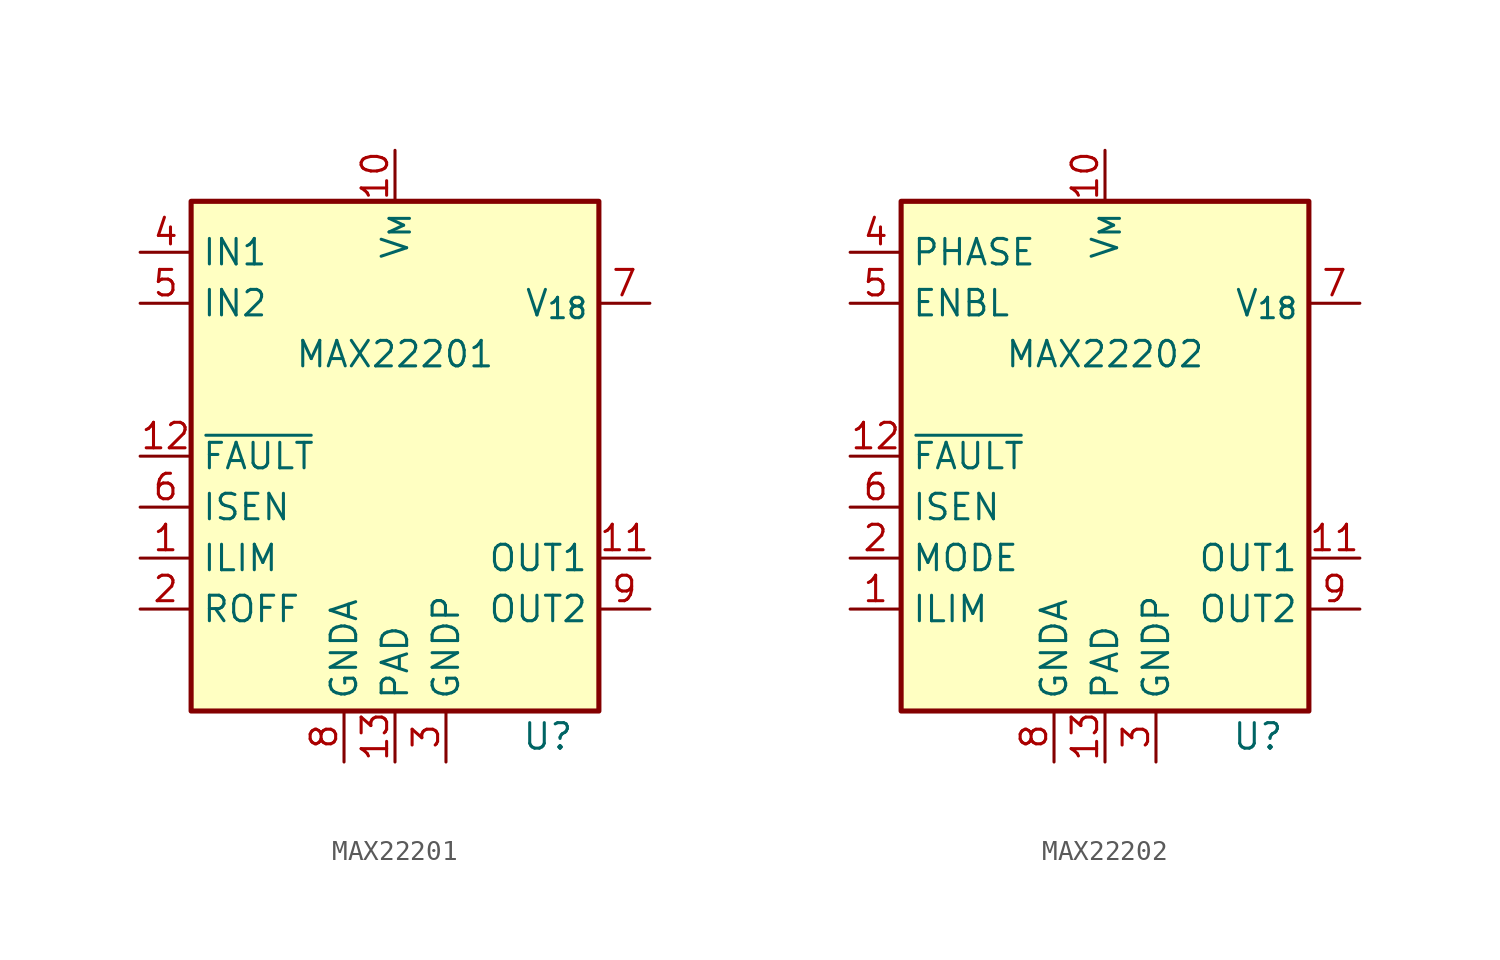
<source format=kicad_sym>
(kicad_symbol_lib
  (version 20220914)
  (generator kicad_symbol_editor)
  (symbol "MAX22201"
    (property "Reference" "U"
      (at 7.62 -13.97 0)
      (effects (font (size 1.27 1.27))))
    (property "Value" "MAX22201"
      (at 0 5.08 0)
      (effects (font (size 1.27 1.27))))
    (symbol "MAX22201_0_1"
      (rectangle (start -10.16 12.7) (end 10.16 -12.7) (stroke (width 0.254) (type default)) (fill (type background))))
    (symbol "MAX22201_1_1"
      (pin input line (at -12.7 -5.08 0) (length 2.54) (name "ILIM" (effects (font (size 1.27 1.27)))) (number "1" (effects (font (size 1.27 1.27)))))
      (pin power_in line (at 0 15.24 270) (length 2.54) (name "V_{M}" (effects (font (size 1.27 1.27)))) (number "10" (effects (font (size 1.27 1.27)))))
      (pin output line (at 12.7 -5.08 180) (length 2.54) (name "OUT1" (effects (font (size 1.27 1.27)))) (number "11" (effects (font (size 1.27 1.27)))))
      (pin open_collector line (at -12.7 0 0) (length 2.54) (name "~{FAULT}" (effects (font (size 1.27 1.27)))) (number "12" (effects (font (size 1.27 1.27)))))
      (pin passive line (at 0 -15.24 90) (length 2.54) (name "PAD" (effects (font (size 1.27 1.27)))) (number "13" (effects (font (size 1.27 1.27)))))
      (pin input line (at -12.7 -7.62 0) (length 2.54) (name "ROFF" (effects (font (size 1.27 1.27)))) (number "2" (effects (font (size 1.27 1.27)))))
      (pin power_in line (at 2.54 -15.24 90) (length 2.54) (name "GNDP" (effects (font (size 1.27 1.27)))) (number "3" (effects (font (size 1.27 1.27)))))
      (pin input line (at -12.7 10.16 0) (length 2.54) (name "IN1" (effects (font (size 1.27 1.27)))) (number "4" (effects (font (size 1.27 1.27)))))
      (pin input line (at -12.7 7.62 0) (length 2.54) (name "IN2" (effects (font (size 1.27 1.27)))) (number "5" (effects (font (size 1.27 1.27)))))
      (pin output line (at -12.7 -2.54 0) (length 2.54) (name "ISEN" (effects (font (size 1.27 1.27)))) (number "6" (effects (font (size 1.27 1.27)))))
      (pin power_out line (at 12.7 7.62 180) (length 2.54) (name "V_{18}" (effects (font (size 1.27 1.27)))) (number "7" (effects (font (size 1.27 1.27)))))
      (pin power_in line (at -2.54 -15.24 90) (length 2.54) (name "GNDA" (effects (font (size 1.27 1.27)))) (number "8" (effects (font (size 1.27 1.27)))))
      (pin output line (at 12.7 -7.62 180) (length 2.54) (name "OUT2" (effects (font (size 1.27 1.27)))) (number "9" (effects (font (size 1.27 1.27)))))))
  (symbol "MAX22202"
    (property "Reference" "U"
      (at 7.62 -13.97 0)
      (effects (font (size 1.27 1.27))))
    (property "Value" "MAX22202"
      (at 0 5.08 0)
      (effects (font (size 1.27 1.27))))
    (symbol "MAX22202_0_1"
      (rectangle (start -10.16 12.7) (end 10.16 -12.7) (stroke (width 0.254) (type default)) (fill (type background))))
    (symbol "MAX22202_1_1"
      (pin input line (at -12.7 -7.62 0) (length 2.54) (name "ILIM" (effects (font (size 1.27 1.27)))) (number "1" (effects (font (size 1.27 1.27)))))
      (pin power_in line (at 0 15.24 270) (length 2.54) (name "V_{M}" (effects (font (size 1.27 1.27)))) (number "10" (effects (font (size 1.27 1.27)))))
      (pin output line (at 12.7 -5.08 180) (length 2.54) (name "OUT1" (effects (font (size 1.27 1.27)))) (number "11" (effects (font (size 1.27 1.27)))))
      (pin open_collector line (at -12.7 0 0) (length 2.54) (name "~{FAULT}" (effects (font (size 1.27 1.27)))) (number "12" (effects (font (size 1.27 1.27)))))
      (pin passive line (at 0 -15.24 90) (length 2.54) (name "PAD" (effects (font (size 1.27 1.27)))) (number "13" (effects (font (size 1.27 1.27)))))
      (pin input line (at -12.7 -5.08 0) (length 2.54) (name "MODE" (effects (font (size 1.27 1.27)))) (number "2" (effects (font (size 1.27 1.27)))))
      (pin power_in line (at 2.54 -15.24 90) (length 2.54) (name "GNDP" (effects (font (size 1.27 1.27)))) (number "3" (effects (font (size 1.27 1.27)))))
      (pin input line (at -12.7 10.16 0) (length 2.54) (name "PHASE" (effects (font (size 1.27 1.27)))) (number "4" (effects (font (size 1.27 1.27)))))
      (pin input line (at -12.7 7.62 0) (length 2.54) (name "ENBL" (effects (font (size 1.27 1.27)))) (number "5" (effects (font (size 1.27 1.27)))))
      (pin output line (at -12.7 -2.54 0) (length 2.54) (name "ISEN" (effects (font (size 1.27 1.27)))) (number "6" (effects (font (size 1.27 1.27)))))
      (pin power_out line (at 12.7 7.62 180) (length 2.54) (name "V_{18}" (effects (font (size 1.27 1.27)))) (number "7" (effects (font (size 1.27 1.27)))))
      (pin power_in line (at -2.54 -15.24 90) (length 2.54) (name "GNDA" (effects (font (size 1.27 1.27)))) (number "8" (effects (font (size 1.27 1.27)))))
      (pin output line (at 12.7 -7.62 180) (length 2.54) (name "OUT2" (effects (font (size 1.27 1.27)))) (number "9" (effects (font (size 1.27 1.27))))))))
</source>
